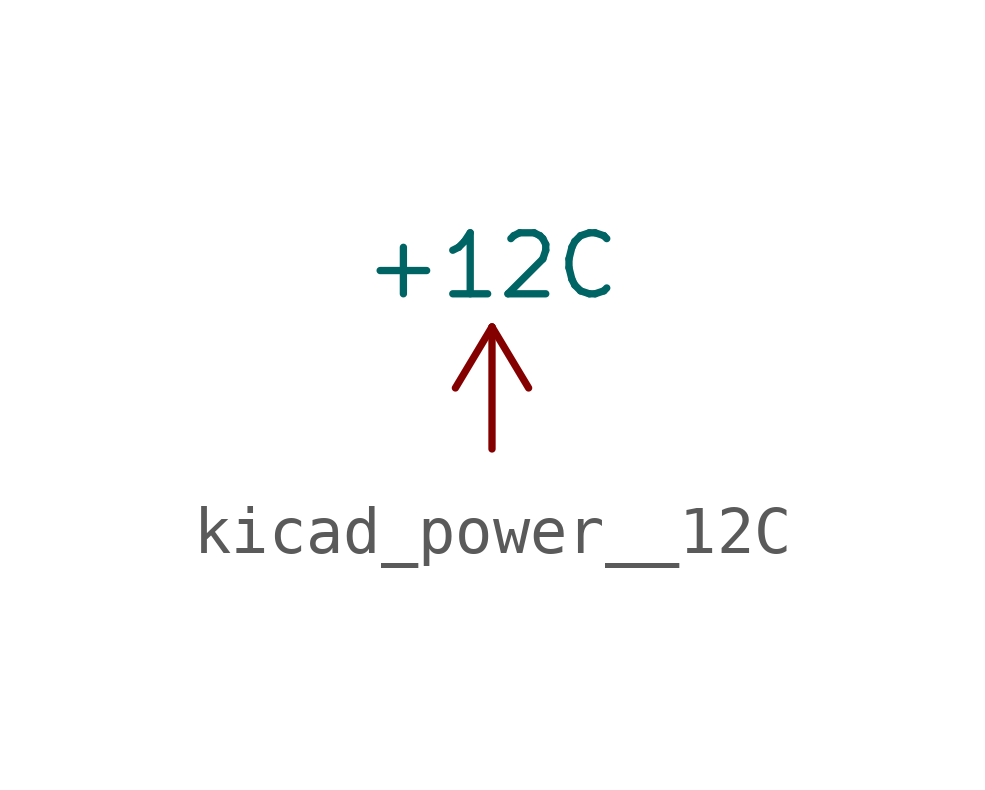
<source format=kicad_sym>
(kicad_symbol_lib
  (version 20220914)
  (generator kicad_symbol_editor)
  (symbol "kicad_power__12C"
    (power)
    (pin_names
      (offset 0))
    (property "Reference" "#PWR"
      (at 0 -3.81 0)
      (effects (font (size 1.27 1.27)) hide))
    (property "Value" "+12C"
      (at 0 3.81 0)
      (effects (font (size 1.27 1.27))))
    (symbol "kicad_power__12C_0_1"
      (polyline (pts (xy -0.762 1.27) (xy 0 2.54)) (stroke (width 0) (type default)) (fill (type none)))
      (polyline (pts (xy 0 0) (xy 0 2.54)) (stroke (width 0) (type default)) (fill (type none)))
      (polyline (pts (xy 0 2.54) (xy 0.762 1.27)) (stroke (width 0) (type default)) (fill (type none))))
    (symbol "kicad_power__12C_1_1"
      (pin power_in line (at 0 0 90) (length 0) hide (name "+12C" (effects (font (size 1.27 1.27)))) (number "1" (effects (font (size 1.27 1.27))))))))
</source>
